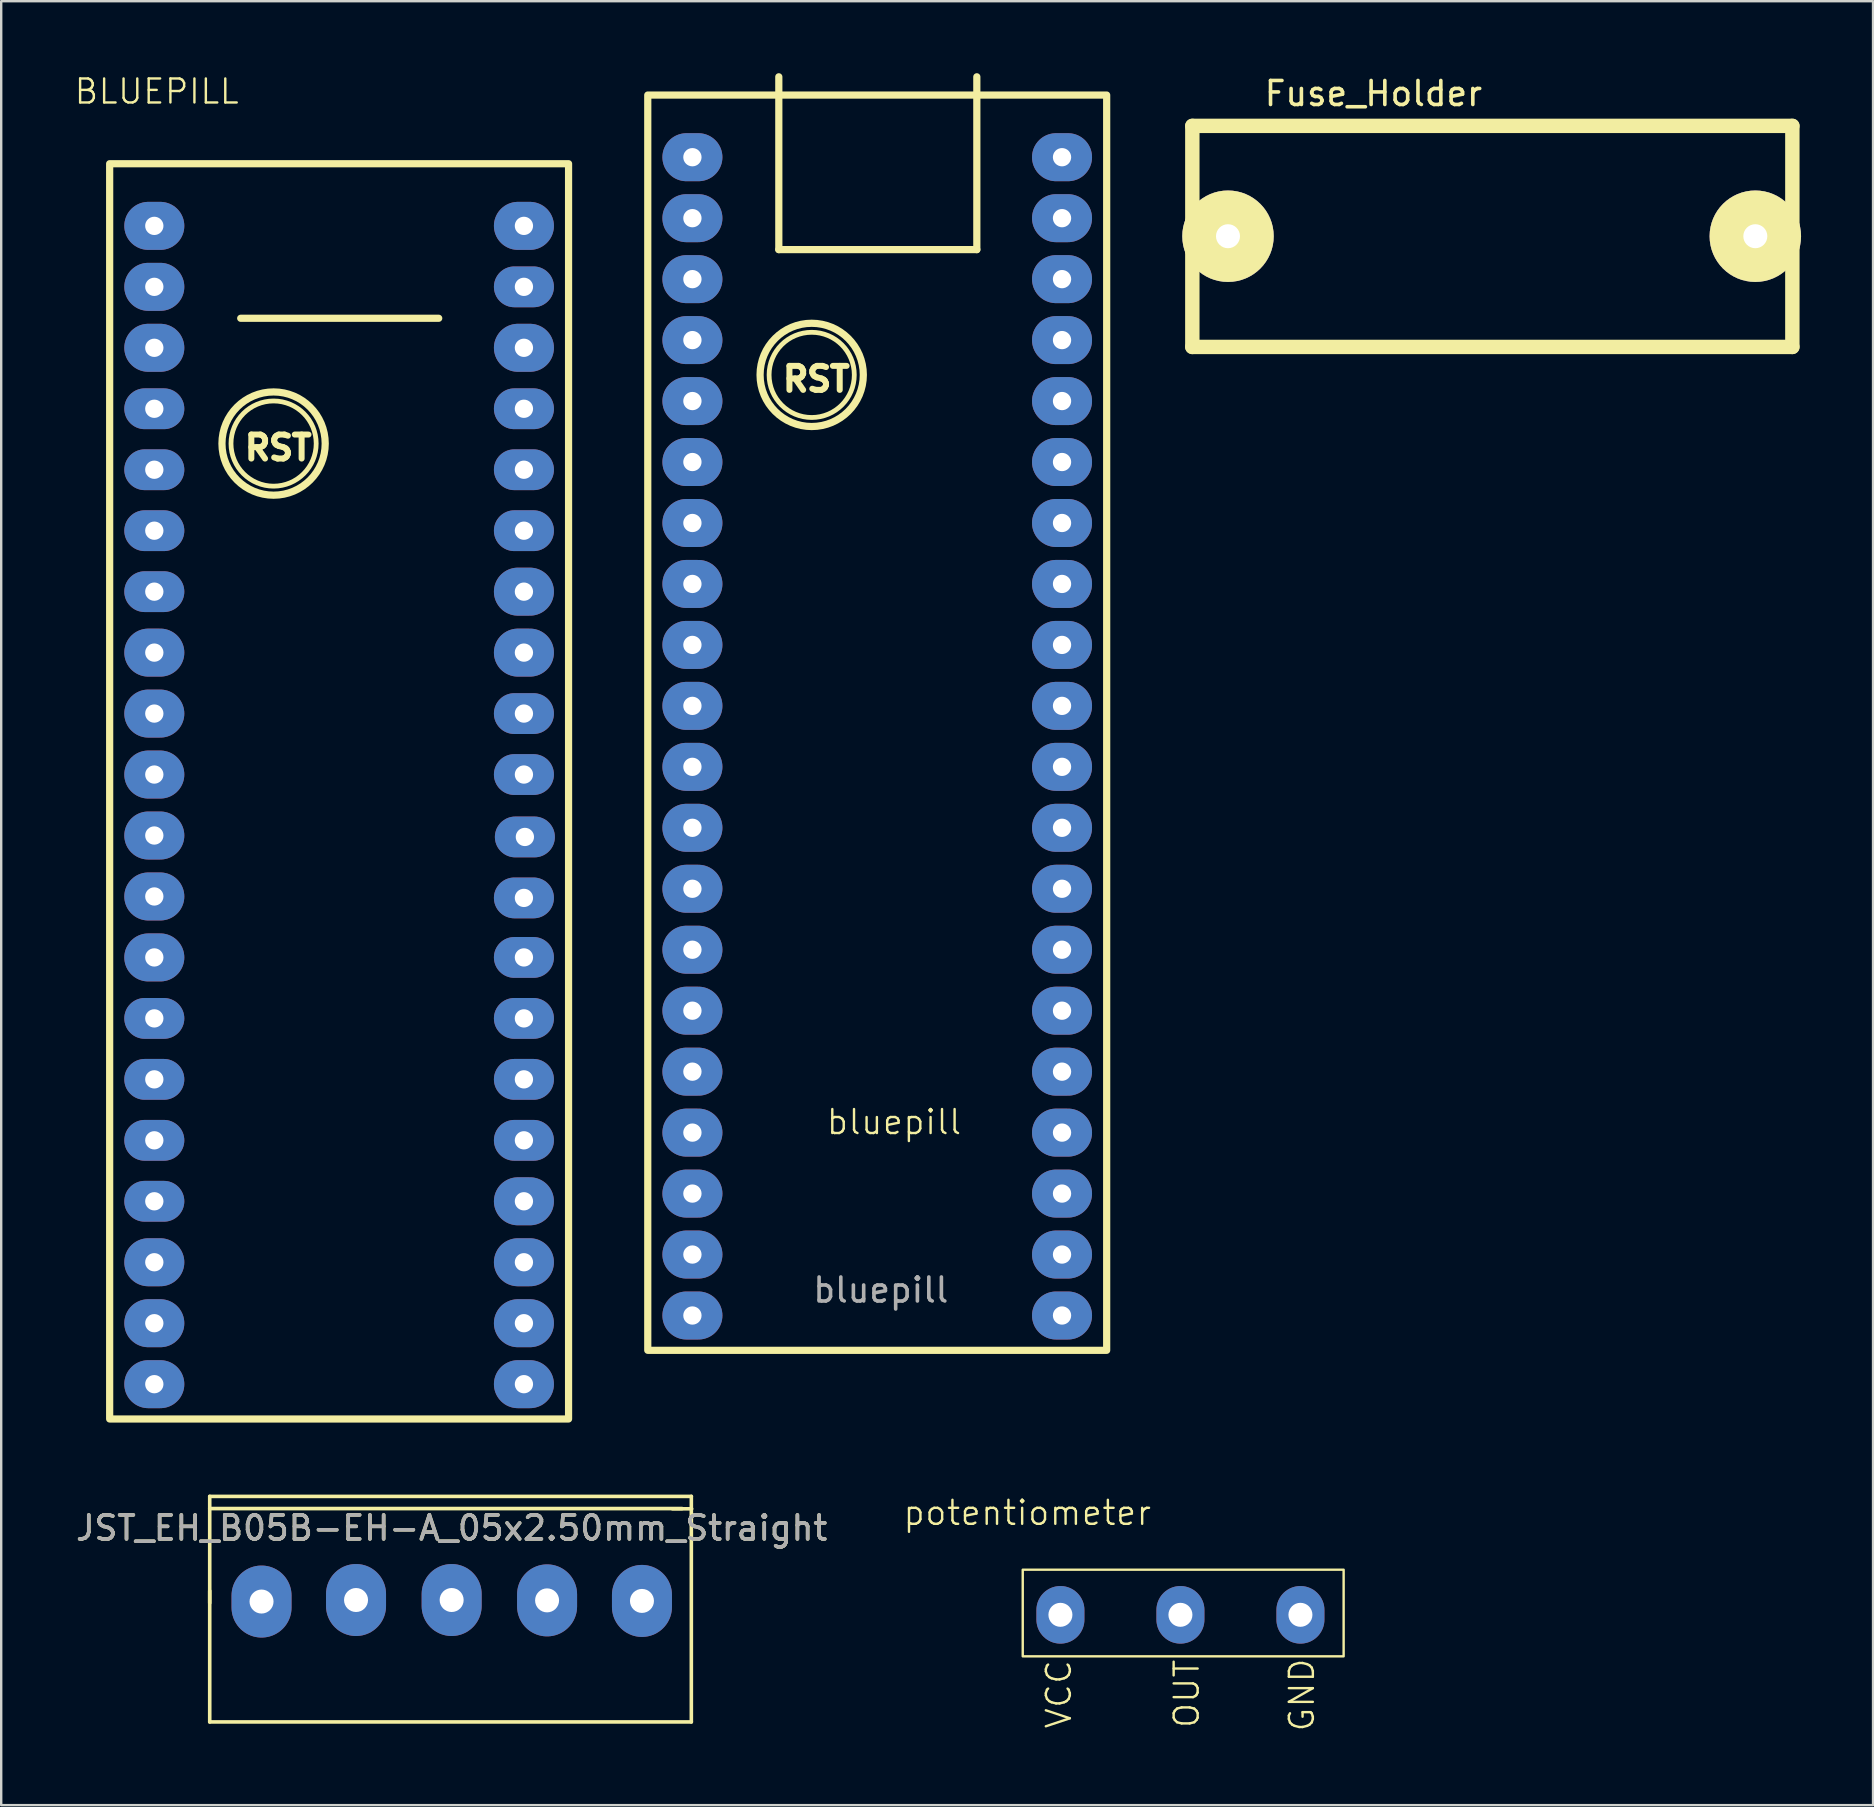
<source format=kicad_pcb>
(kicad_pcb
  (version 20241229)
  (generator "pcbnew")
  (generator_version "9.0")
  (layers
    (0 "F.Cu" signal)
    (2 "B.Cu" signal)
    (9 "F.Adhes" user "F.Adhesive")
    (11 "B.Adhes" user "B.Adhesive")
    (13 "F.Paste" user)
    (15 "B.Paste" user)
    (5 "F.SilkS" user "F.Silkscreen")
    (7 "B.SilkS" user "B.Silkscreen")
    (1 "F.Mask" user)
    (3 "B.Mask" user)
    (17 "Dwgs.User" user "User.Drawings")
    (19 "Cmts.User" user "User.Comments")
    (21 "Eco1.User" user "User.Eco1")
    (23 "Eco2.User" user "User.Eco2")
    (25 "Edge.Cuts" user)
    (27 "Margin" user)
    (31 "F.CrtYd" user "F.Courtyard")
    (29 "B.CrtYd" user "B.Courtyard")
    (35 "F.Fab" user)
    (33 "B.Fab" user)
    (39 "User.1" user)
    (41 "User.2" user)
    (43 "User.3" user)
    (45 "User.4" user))
  (footprint "Fuse_Holder"
    (layer "F.Cu")
    (at 58.909 7.3)
    (property "Reference" "Fuse_Holder" (at -4.737 -6.452 0) (layer "F.SilkS") (effects (font (size 1 1) (thickness 0.15))))
    (attr through_hole)
    (fp_line (start -12.281 -5.105) (end 12.719 -5.105) (stroke (width 0.6) (type solid)) (layer "F.SilkS"))
    (fp_line (start -12.281 4.105) (end -12.281 -5.105) (stroke (width 0.6) (type solid)) (layer "F.SilkS"))
    (fp_line (start 12.719 -5.105) (end 12.719 4.105) (stroke (width 0.6) (type solid)) (layer "F.SilkS"))
    (fp_line (start 12.719 4.105) (end -12.281 4.105) (stroke (width 0.6) (type solid)) (layer "F.SilkS"))
    (pad "1" thru_hole circle (at 11.176 -0.508 90) (size 3.81 3.81) (drill 1) (layers "*.Cu" "*.Mask" "F.SilkS"))
    (pad "2" thru_hole circle (at -10.795 -0.508 90) (size 3.81 3.81) (drill 1) (layers "*.Cu" "*.Mask" "F.SilkS")))
  (footprint "BLUEPILL"
    (layer "F.Cu")
    (at 3.379 6.361)
    (property "Reference" "BLUEPILL" (at 0.1 -5.6 0) (unlocked yes) (layer "F.SilkS") (effects (font (size 1 1) (thickness 0.1))))
    (attr through_hole)
    (fp_line (start 3.6 3.85) (end 11.85 3.85) (stroke (width 0.3) (type default)) (layer "F.SilkS"))
    (fp_rect (start -1.86 -2.59) (end 17.26 49.71) (stroke (width 0.3) (type default)) (fill no) (layer "F.SilkS"))
    (fp_circle (center 4.97 9.07) (end 6.745 9.07) (stroke (width 0.2) (type default)) (fill no) (layer "F.SilkS"))
    (fp_circle (center 4.97 9.07) (end 7.121 9.07) (stroke (width 0.3) (type default)) (fill no) (layer "F.SilkS"))
    (fp_text user "RST" (at 3.64 9.83 0) (unlocked yes) (layer "F.SilkS") (effects (font (size 1 1) (thickness 0.25) (bold yes)) (justify left bottom)))
    (pad "1" thru_hole oval (at 0 0) (size 2.5 2) (drill 0.762) (layers "*.Cu" "*.Mask"))
    (pad "2" thru_hole oval (at 0 2.54) (size 2.5 2) (drill 0.762) (layers "*.Cu" "*.Mask"))
    (pad "3" thru_hole oval (at 0 5.08) (size 2.5 2) (drill 0.762) (layers "*.Cu" "*.Mask"))
    (pad "4" thru_hole oval (at 0 7.62) (size 2.5 1.7) (drill 0.762) (layers "*.Cu" "*.Mask"))
    (pad "5" thru_hole oval (at 0 10.16) (size 2.5 1.7) (drill 0.762) (layers "*.Cu" "*.Mask"))
    (pad "6" thru_hole oval (at 0 12.7) (size 2.5 1.7) (drill 0.762) (layers "*.Cu" "*.Mask"))
    (pad "7" thru_hole oval (at 0 15.24) (size 2.5 1.7) (drill 0.762) (layers "*.Cu" "*.Mask"))
    (pad "8" thru_hole oval (at 0 17.78) (size 2.5 2) (drill 0.762) (layers "*.Cu" "*.Mask"))
    (pad "9" thru_hole oval (at 0 20.32) (size 2.5 2) (drill 0.762) (layers "*.Cu" "*.Mask"))
    (pad "10" thru_hole oval (at 0 22.86) (size 2.5 2) (drill 0.762) (layers "*.Cu" "*.Mask"))
    (pad "11" thru_hole oval (at 0 25.4) (size 2.5 2) (drill 0.762) (layers "*.Cu" "*.Mask"))
    (pad "12" thru_hole oval (at 0 27.94) (size 2.5 2) (drill 0.762) (layers "*.Cu" "*.Mask"))
    (pad "13" thru_hole oval (at 0 30.48) (size 2.5 2) (drill 0.762) (layers "*.Cu" "*.Mask"))
    (pad "14" thru_hole oval (at 0 33.02) (size 2.5 1.7) (drill 0.762) (layers "*.Cu" "*.Mask"))
    (pad "15" thru_hole oval (at 0 35.56) (size 2.5 1.7) (drill 0.762) (layers "*.Cu" "*.Mask"))
    (pad "16" thru_hole oval (at 0 38.1) (size 2.5 1.7) (drill 0.762) (layers "*.Cu" "*.Mask"))
    (pad "17" thru_hole oval (at 0 40.64) (size 2.5 1.7) (drill 0.762) (layers "*.Cu" "*.Mask"))
    (pad "18" thru_hole oval (at 0 43.18) (size 2.5 2) (drill 0.762) (layers "*.Cu" "*.Mask"))
    (pad "19" thru_hole oval (at 0 45.72) (size 2.5 2) (drill 0.762) (layers "*.Cu" "*.Mask"))
    (pad "20" thru_hole oval (at 0 48.26) (size 2.5 2) (drill 0.762) (layers "*.Cu" "*.Mask"))
    (pad "21" thru_hole oval (at 15.4 48.26) (size 2.5 2) (drill 0.762) (layers "*.Cu" "*.Mask"))
    (pad "22" thru_hole oval (at 15.4 45.72) (size 2.5 2) (drill 0.762) (layers "*.Cu" "*.Mask"))
    (pad "23" thru_hole oval (at 15.4 43.18) (size 2.5 2) (drill 0.762) (layers "*.Cu" "*.Mask"))
    (pad "24" thru_hole oval (at 15.4 40.64) (size 2.5 2) (drill 0.762) (layers "*.Cu" "*.Mask"))
    (pad "25" thru_hole oval (at 15.4 38.1) (size 2.5 1.7) (drill 0.762) (layers "*.Cu" "*.Mask"))
    (pad "26" thru_hole oval (at 15.4 35.56) (size 2.5 1.7) (drill 0.762) (layers "*.Cu" "*.Mask"))
    (pad "27" thru_hole oval (at 15.4 33.02) (size 2.5 1.7) (drill 0.762) (layers "*.Cu" "*.Mask"))
    (pad "28" thru_hole oval (at 15.4 30.48) (size 2.5 1.7) (drill 0.762) (layers "*.Cu" "*.Mask"))
    (pad "29" thru_hole oval (at 15.4 28) (size 2.5 1.7) (drill 0.762) (layers "*.Cu" "*.Mask"))
    (pad "30" thru_hole oval (at 15.44 25.46) (size 2.5 1.7) (drill 0.762) (layers "*.Cu" "*.Mask"))
    (pad "31" thru_hole oval (at 15.4 22.86) (size 2.5 1.7) (drill 0.762) (layers "*.Cu" "*.Mask"))
    (pad "32" thru_hole oval (at 15.4 20.32) (size 2.5 1.7) (drill 0.762) (layers "*.Cu" "*.Mask"))
    (pad "33" thru_hole oval (at 15.4 17.78) (size 2.5 2) (drill 0.762) (layers "*.Cu" "*.Mask"))
    (pad "34" thru_hole oval (at 15.4 15.24) (size 2.5 2) (drill 0.762) (layers "*.Cu" "*.Mask"))
    (pad "35" thru_hole oval (at 15.4 12.7) (size 2.5 1.7) (drill 0.762) (layers "*.Cu" "*.Mask"))
    (pad "36" thru_hole oval (at 15.4 10.16) (size 2.5 1.7) (drill 0.762) (layers "*.Cu" "*.Mask"))
    (pad "37" thru_hole oval (at 15.4 7.62) (size 2.5 1.7) (drill 0.762) (layers "*.Cu" "*.Mask"))
    (pad "38" thru_hole oval (at 15.4 5.08) (size 2.5 2) (drill 0.762) (layers "*.Cu" "*.Mask"))
    (pad "39" thru_hole oval (at 15.4 2.54) (size 2.5 1.7) (drill 0.762) (layers "*.Cu" "*.Mask"))
    (pad "40" thru_hole oval (at 15.4 0) (size 2.5 2) (drill 0.762) (layers "*.Cu" "*.Mask")))
  (footprint "potentiometer"
    (layer "F.Cu")
    (at 39.552 62.361)
    (property "Reference" "potentiometer" (at 0.2 -2.38 0) (unlocked yes) (layer "F.SilkS") (effects (font (size 1 1) (thickness 0.1))))
    (attr through_hole)
    (fp_rect (start 0.01 -0.01) (end 13.38 3.6) (stroke (width 0.1) (type default)) (fill no) (layer "F.SilkS"))
    (fp_text user "VCC" (at 2.1 6.675 90) (unlocked yes) (layer "F.SilkS") (effects (font (size 1 1) (thickness 0.1)) (justify left bottom)))
    (fp_text user "OUT" (at 7.425 6.65 90) (unlocked yes) (layer "F.SilkS") (effects (font (size 1 1) (thickness 0.1)) (justify left bottom)))
    (fp_text user "GND" (at 12.225 6.8 90) (unlocked yes) (layer "F.SilkS") (effects (font (size 1 1) (thickness 0.1)) (justify left bottom)))
    (pad "1" thru_hole oval (at 1.58 1.87) (size 2 2.4) (drill 1) (layers "*.Cu" "*.Mask"))
    (pad "2" thru_hole oval (at 6.58 1.87) (size 2 2.4) (drill 1) (layers "*.Cu" "*.Mask"))
    (pad "3" thru_hole oval (at 11.58 1.87) (size 2 2.4) (drill 1) (layers "*.Cu" "*.Mask")))
  (footprint "bluepill"
    (layer "F.Cu")
    (at 33.999 13.4)
    (property "Reference" "bluepill" (at 0.2 30.3 0) (unlocked yes) (layer "F.SilkS") (effects (font (size 1 1) (thickness 0.1))))
    (attr through_hole)
    (fp_line (start -4.6 -13.25) (end -4.6 -6.05) (stroke (width 0.3) (type default)) (layer "F.SilkS"))
    (fp_line (start -4.6 -6.05) (end 3.65 -6.05) (stroke (width 0.3) (type default)) (layer "F.SilkS"))
    (fp_line (start 3.65 -6.05) (end 3.65 -13.25) (stroke (width 0.3) (type default)) (layer "F.SilkS"))
    (fp_rect (start -10.06 -12.49) (end 9.06 39.81) (stroke (width 0.3) (type default)) (fill no) (layer "F.SilkS"))
    (fp_circle (center -3.23 -0.83) (end -1.455 -0.83) (stroke (width 0.2) (type default)) (fill no) (layer "F.SilkS"))
    (fp_circle (center -3.23 -0.83) (end -1.079 -0.83) (stroke (width 0.3) (type default)) (fill no) (layer "F.SilkS"))
    (fp_text user "RST" (at -4.56 -0.07 0) (unlocked yes) (layer "F.SilkS") (effects (font (size 1 1) (thickness 0.25) (bold yes)) (justify left bottom)))
    (fp_text user "${REFERENCE}" (at -0.35 37.3 0) (unlocked yes) (layer "F.Fab") (effects (font (size 1 1) (thickness 0.15))))
    (pad "1" thru_hole oval (at -8.2 -9.9) (size 2.5 2) (drill 0.762) (layers "*.Cu" "*.Mask"))
    (pad "2" thru_hole oval (at -8.2 -7.36) (size 2.5 2) (drill 0.762) (layers "*.Cu" "*.Mask"))
    (pad "3" thru_hole oval (at -8.2 -4.82) (size 2.5 2) (drill 0.762) (layers "*.Cu" "*.Mask"))
    (pad "4" thru_hole oval (at -8.2 -2.28) (size 2.5 2) (drill 0.762) (layers "*.Cu" "*.Mask"))
    (pad "5" thru_hole oval (at -8.2 0.26) (size 2.5 2) (drill 0.762) (layers "*.Cu" "*.Mask"))
    (pad "6" thru_hole oval (at -8.2 2.8) (size 2.5 2) (drill 0.762) (layers "*.Cu" "*.Mask"))
    (pad "7" thru_hole oval (at -8.2 5.34) (size 2.5 2) (drill 0.762) (layers "*.Cu" "*.Mask"))
    (pad "8" thru_hole oval (at -8.2 7.88) (size 2.5 2) (drill 0.762) (layers "*.Cu" "*.Mask"))
    (pad "9" thru_hole oval (at -8.2 10.42) (size 2.5 2) (drill 0.762) (layers "*.Cu" "*.Mask"))
    (pad "10" thru_hole oval (at -8.2 12.96) (size 2.5 2) (drill 0.762) (layers "*.Cu" "*.Mask"))
    (pad "11" thru_hole oval (at -8.2 15.5) (size 2.5 2) (drill 0.762) (layers "*.Cu" "*.Mask"))
    (pad "12" thru_hole oval (at -8.2 18.04) (size 2.5 2) (drill 0.762) (layers "*.Cu" "*.Mask"))
    (pad "13" thru_hole oval (at -8.2 20.58) (size 2.5 2) (drill 0.762) (layers "*.Cu" "*.Mask"))
    (pad "14" thru_hole oval (at -8.2 23.12) (size 2.5 2) (drill 0.762) (layers "*.Cu" "*.Mask"))
    (pad "15" thru_hole oval (at -8.2 25.66) (size 2.5 2) (drill 0.762) (layers "*.Cu" "*.Mask"))
    (pad "16" thru_hole oval (at -8.2 28.2) (size 2.5 2) (drill 0.762) (layers "*.Cu" "*.Mask"))
    (pad "17" thru_hole oval (at -8.2 30.74) (size 2.5 2) (drill 0.762) (layers "*.Cu" "*.Mask"))
    (pad "18" thru_hole oval (at -8.2 33.28) (size 2.5 2) (drill 0.762) (layers "*.Cu" "*.Mask"))
    (pad "19" thru_hole oval (at -8.2 35.82) (size 2.5 2) (drill 0.762) (layers "*.Cu" "*.Mask"))
    (pad "20" thru_hole oval (at -8.2 38.36) (size 2.5 2) (drill 0.762) (layers "*.Cu" "*.Mask"))
    (pad "21" thru_hole oval (at 7.2 38.36) (size 2.5 2) (drill 0.762) (layers "*.Cu" "*.Mask"))
    (pad "22" thru_hole oval (at 7.2 35.82) (size 2.5 2) (drill 0.762) (layers "*.Cu" "*.Mask"))
    (pad "23" thru_hole oval (at 7.2 33.28) (size 2.5 2) (drill 0.762) (layers "*.Cu" "*.Mask"))
    (pad "24" thru_hole oval (at 7.2 30.74) (size 2.5 2) (drill 0.762) (layers "*.Cu" "*.Mask"))
    (pad "25" thru_hole oval (at 7.2 28.2) (size 2.5 2) (drill 0.762) (layers "*.Cu" "*.Mask"))
    (pad "26" thru_hole oval (at 7.2 25.66) (size 2.5 2) (drill 0.762) (layers "*.Cu" "*.Mask"))
    (pad "27" thru_hole oval (at 7.2 23.12) (size 2.5 2) (drill 0.762) (layers "*.Cu" "*.Mask"))
    (pad "28" thru_hole oval (at 7.2 20.58) (size 2.5 2) (drill 0.762) (layers "*.Cu" "*.Mask"))
    (pad "29" thru_hole oval (at 7.2 18.04) (size 2.5 2) (drill 0.762) (layers "*.Cu" "*.Mask"))
    (pad "30" thru_hole oval (at 7.2 15.5) (size 2.5 2) (drill 0.762) (layers "*.Cu" "*.Mask"))
    (pad "31" thru_hole oval (at 7.2 12.96) (size 2.5 2) (drill 0.762) (layers "*.Cu" "*.Mask"))
    (pad "32" thru_hole oval (at 7.2 10.42) (size 2.5 2) (drill 0.762) (layers "*.Cu" "*.Mask"))
    (pad "33" thru_hole oval (at 7.2 7.88) (size 2.5 2) (drill 0.762) (layers "*.Cu" "*.Mask"))
    (pad "34" thru_hole oval (at 7.2 5.34) (size 2.5 2) (drill 0.762) (layers "*.Cu" "*.Mask"))
    (pad "35" thru_hole oval (at 7.2 2.8) (size 2.5 2) (drill 0.762) (layers "*.Cu" "*.Mask"))
    (pad "36" thru_hole oval (at 7.2 0.26) (size 2.5 2) (drill 0.762) (layers "*.Cu" "*.Mask"))
    (pad "37" thru_hole oval (at 7.2 -2.28) (size 2.5 2) (drill 0.762) (layers "*.Cu" "*.Mask"))
    (pad "38" thru_hole oval (at 7.2 -4.82) (size 2.5 2) (drill 0.762) (layers "*.Cu" "*.Mask"))
    (pad "39" thru_hole oval (at 7.2 -7.36) (size 2.5 2) (drill 0.762) (layers "*.Cu" "*.Mask"))
    (pad "40" thru_hole oval (at 7.2 -9.9) (size 2.5 2) (drill 0.762) (layers "*.Cu" "*.Mask")))
  (footprint "JST_EH_B05B-EH-A_05x2.50mm_Straight"
    (layer "F.Cu")
    (at 10.768 63.614)
    (property "Reference" "JST_EH_B05B-EH-A_05x2.50mm_Straight" (at 5 -3 0) (layer "F.SilkS") (effects (font (size 1 1) (thickness 0.15))))
    (attr through_hole)
    (fp_line (start -5.08 -4.318) (end 14.986 -4.318) (stroke (width 0.15) (type solid)) (layer "F.SilkS"))
    (fp_line (start -5.08 -3.81) (end 14.605 -3.81) (stroke (width 0.15) (type solid)) (layer "F.SilkS"))
    (fp_line (start -5.08 0.127) (end -5.08 -4.318) (stroke (width 0.15) (type solid)) (layer "F.SilkS"))
    (fp_line (start -5.08 5.08) (end -5.08 -0.381) (stroke (width 0.15) (type solid)) (layer "F.SilkS"))
    (fp_line (start 14.986 -4.318) (end 14.986 5.08) (stroke (width 0.15) (type solid)) (layer "F.SilkS"))
    (fp_line (start 14.986 5.08) (end -5.08 5.08) (stroke (width 0.15) (type solid)) (layer "F.SilkS"))
    (fp_line (start 15 -3.8) (end 14.2 -3.8) (stroke (width 0.15) (type solid)) (layer "F.SilkS"))
    (fp_line (start -4.991 0.089) (end -4.978 0.089) (stroke (width 0.15) (type solid)) (layer "B.Adhes"))
    (fp_line (start 1.143 5.042) (end 1.143 5.029) (stroke (width 0.15) (type solid)) (layer "B.Adhes"))
    (fp_text user "${REFERENCE}" (at 5 -3 0) (layer "F.Fab") (effects (font (size 1 1) (thickness 0.15))))
    (pad "1" thru_hole oval (at -2.921 0.064) (size 2.5 3) (drill 1) (layers "*.Cu" "*.Mask"))
    (pad "2" thru_hole oval (at 1.016 0) (size 2.5 3) (drill 1) (layers "*.Cu" "*.Mask"))
    (pad "3" thru_hole oval (at 5 0) (size 2.5 3) (drill 1) (layers "*.Cu" "*.Mask"))
    (pad "4" thru_hole oval (at 8.976 0.015) (size 2.5 3) (drill 1) (layers "*.Cu" "*.Mask"))
    (pad "5" thru_hole oval (at 12.929 0.038) (size 2.5 3) (drill 1) (layers "*.Cu" "*.Mask")))
  (gr_rect
    (start -3 -3)
    (end 74.99 72.161)
    (stroke (width 0.1) (type default))
    (fill no)
    (layer "Edge.Cuts")))
</source>
